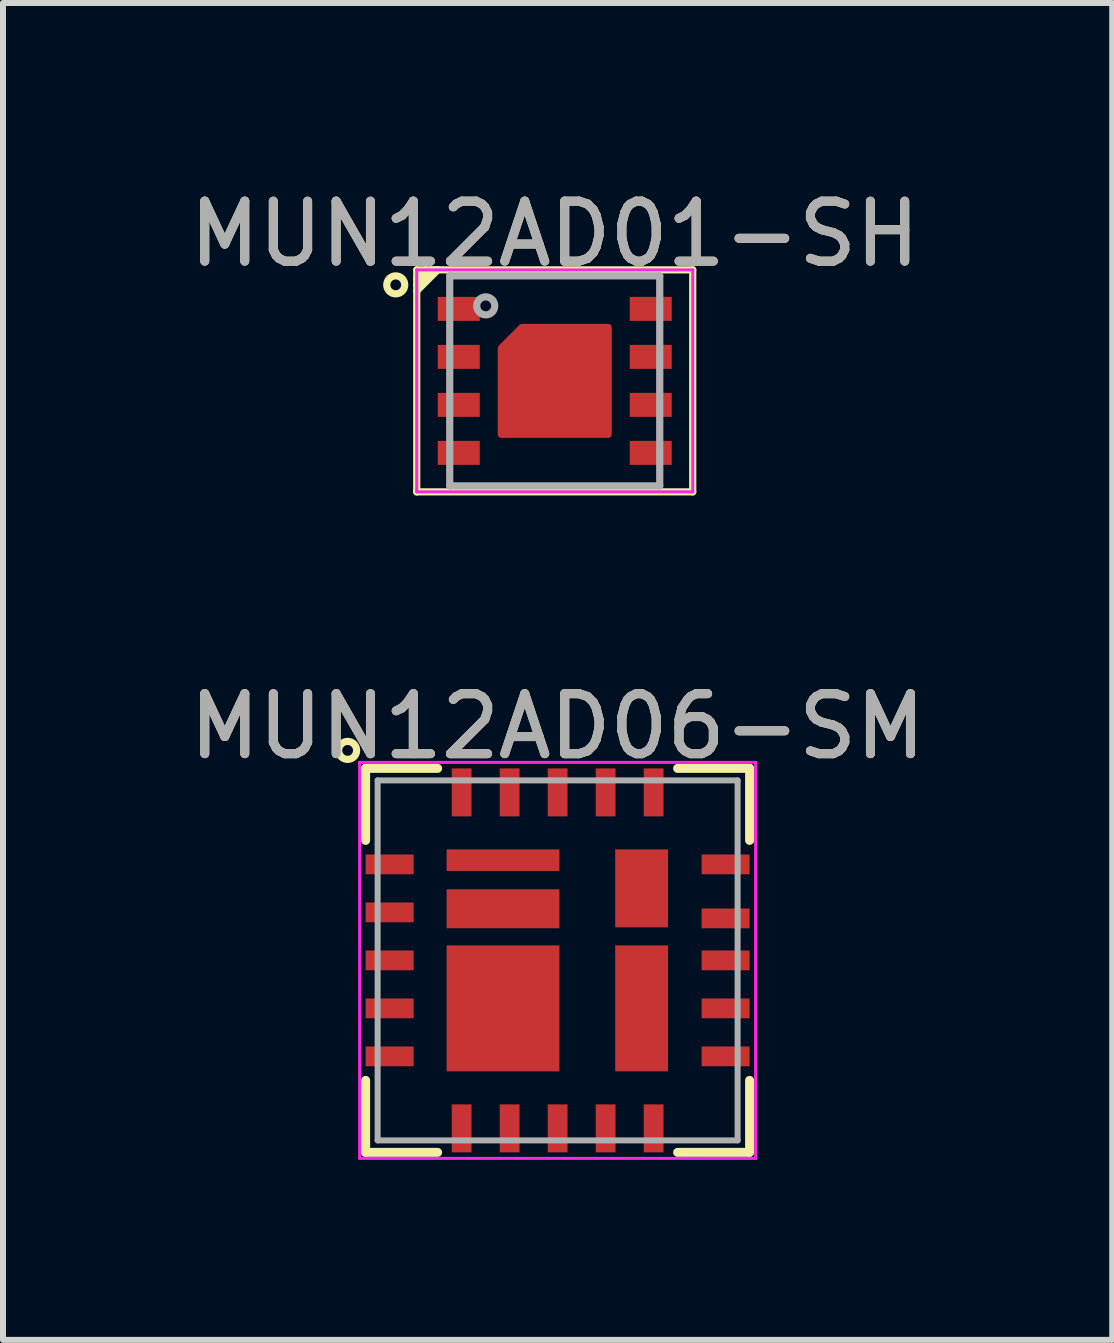
<source format=kicad_pcb>
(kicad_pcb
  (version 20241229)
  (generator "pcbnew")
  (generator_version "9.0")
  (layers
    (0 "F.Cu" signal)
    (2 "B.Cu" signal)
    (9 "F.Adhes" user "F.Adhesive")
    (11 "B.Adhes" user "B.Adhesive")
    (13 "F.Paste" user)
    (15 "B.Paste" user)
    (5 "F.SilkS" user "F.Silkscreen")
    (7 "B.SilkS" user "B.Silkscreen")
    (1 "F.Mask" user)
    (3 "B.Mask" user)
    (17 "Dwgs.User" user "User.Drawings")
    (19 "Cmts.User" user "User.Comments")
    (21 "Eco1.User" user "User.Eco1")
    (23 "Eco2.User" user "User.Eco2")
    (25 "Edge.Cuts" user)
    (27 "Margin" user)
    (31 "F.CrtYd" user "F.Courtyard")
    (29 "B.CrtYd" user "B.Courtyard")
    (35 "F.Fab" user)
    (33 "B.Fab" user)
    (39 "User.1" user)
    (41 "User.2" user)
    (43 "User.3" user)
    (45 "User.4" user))
  (footprint "MUN12AD01-SH"
    (layer "F.Cu")
    (at 6.196 3.298)
    (property "Reference" "MUN12AD01-SH" (at 0 -2.45 0) (layer "F.SilkS") (effects (font (size 1 1) (thickness 0.15))))
    (attr smd)
    (fp_line (start -2.3 -1.85) (end 2.3 -1.85) (stroke (width 0.12) (type solid)) (layer "F.SilkS"))
    (fp_line (start -2.3 -1.6) (end -2.05 -1.85) (stroke (width 0.12) (type solid)) (layer "F.SilkS"))
    (fp_line (start -2.3 1.85) (end -2.3 -1.85) (stroke (width 0.12) (type solid)) (layer "F.SilkS"))
    (fp_line (start -2.15 -1.85) (end -2.3 -1.7) (stroke (width 0.12) (type solid)) (layer "F.SilkS"))
    (fp_line (start -2.05 -1.85) (end -1.95 -1.85) (stroke (width 0.12) (type solid)) (layer "F.SilkS"))
    (fp_line (start -1.95 -1.85) (end -2.3 -1.5) (stroke (width 0.12) (type solid)) (layer "F.SilkS"))
    (fp_line (start 2.3 -1.85) (end 2.3 1.85) (stroke (width 0.12) (type solid)) (layer "F.SilkS"))
    (fp_line (start 2.3 1.85) (end -2.3 1.85) (stroke (width 0.12) (type solid)) (layer "F.SilkS"))
    (fp_circle (center -2.65 -1.6) (end -2.65 -1.75) (stroke (width 0.12) (type solid)) (fill no) (layer "F.SilkS"))
    (fp_poly (pts (xy -0.2 0.2) (xy -0.85 0.2) (xy -0.85 0.85) (xy -0.2 0.85)) (stroke (width 0.1) (type solid)) (fill yes) (layer "F.Paste"))
    (fp_poly (pts (xy 0.2 -0.2) (xy 0.85 -0.2) (xy 0.85 -0.85) (xy 0.2 -0.85)) (stroke (width 0.1) (type solid)) (fill yes) (layer "F.Paste"))
    (fp_poly (pts (xy 0.2 0.2) (xy 0.85 0.2) (xy 0.85 0.85) (xy 0.2 0.85)) (stroke (width 0.1) (type solid)) (fill yes) (layer "F.Paste"))
    (fp_poly (pts (xy -0.2 -0.85) (xy -0.2 -0.2) (xy -0.85 -0.2) (xy -0.85 -0.5) (xy -0.5 -0.85)) (stroke (width 0.1) (type solid)) (fill yes) (layer "F.Paste"))
    (fp_line (start -2.3 -1.85) (end 2.3 -1.85) (stroke (width 0.05) (type solid)) (layer "F.CrtYd"))
    (fp_line (start -2.3 1.85) (end -2.3 -1.85) (stroke (width 0.05) (type solid)) (layer "F.CrtYd"))
    (fp_line (start 2.3 -1.85) (end 2.3 1.85) (stroke (width 0.05) (type solid)) (layer "F.CrtYd"))
    (fp_line (start 2.3 1.85) (end -2.3 1.85) (stroke (width 0.05) (type solid)) (layer "F.CrtYd"))
    (fp_line (start -1.75 -1.75) (end -1.75 1.75) (stroke (width 0.12) (type solid)) (layer "F.Fab"))
    (fp_line (start -1.75 1.75) (end 1.75 1.75) (stroke (width 0.12) (type solid)) (layer "F.Fab"))
    (fp_line (start 1.75 -1.75) (end -1.75 -1.75) (stroke (width 0.12) (type solid)) (layer "F.Fab"))
    (fp_line (start 1.75 1.75) (end 1.75 -1.75) (stroke (width 0.12) (type solid)) (layer "F.Fab"))
    (fp_circle (center -1.15 -1.25) (end -1.15 -1.4) (stroke (width 0.12) (type solid)) (fill no) (layer "F.Fab"))
    (fp_text user "${REFERENCE}" (at 0 -2.45 0) (layer "F.Fab") (effects (font (size 1 1) (thickness 0.15))))
    (pad "1" smd rect (at -1.6 -1.2) (size 0.7 0.4) (layers "F.Cu" "F.Mask" "F.Paste"))
    (pad "2" smd rect (at -1.6 -0.4) (size 0.7 0.4) (layers "F.Cu" "F.Mask" "F.Paste"))
    (pad "3" smd rect (at -1.6 0.4) (size 0.7 0.4) (layers "F.Cu" "F.Mask" "F.Paste"))
    (pad "4" smd rect (at -1.6 1.2) (size 0.7 0.4) (layers "F.Cu" "F.Mask" "F.Paste"))
    (pad "5" smd rect (at 1.6 1.2) (size 0.7 0.4) (layers "F.Cu" "F.Mask" "F.Paste"))
    (pad "6" smd rect (at 1.6 0.4) (size 0.7 0.4) (layers "F.Cu" "F.Mask" "F.Paste"))
    (pad "7" smd rect (at 1.6 -0.4) (size 0.7 0.4) (layers "F.Cu" "F.Mask" "F.Paste"))
    (pad "8" smd rect (at 1.6 -1.2) (size 0.7 0.4) (layers "F.Cu" "F.Mask" "F.Paste"))
    (pad "9" smd custom (at 0 0) (size 0.75 0.75) (layers "F.Cu" "F.Mask") (options (anchor rect)) (primitives (gr_poly (pts (xy -0.9 0.9) (xy 0.9 0.9) (xy 0.9 -0.9) (xy -0.55 -0.9) (xy -0.9 -0.55)) (width 0.1) (fill yes)))))
  (footprint "MUN12AD06-SM"
    (layer "F.Cu")
    (at 6.244 12.957)
    (property "Reference" "MUN12AD06-SM" (at 0 -3.9 0) (layer "F.SilkS") (effects (font (size 1 1) (thickness 0.15))))
    (attr smd)
    (fp_line (start -3.2 -3.2) (end -3.2 -2) (stroke (width 0.15) (type solid)) (layer "F.SilkS"))
    (fp_line (start -3.2 2) (end -3.2 3.2) (stroke (width 0.15) (type solid)) (layer "F.SilkS"))
    (fp_line (start -3.2 3.2) (end -2 3.2) (stroke (width 0.15) (type solid)) (layer "F.SilkS"))
    (fp_line (start -2 -3.2) (end -3.2 -3.2) (stroke (width 0.15) (type solid)) (layer "F.SilkS"))
    (fp_line (start 2 -3.2) (end 3.2 -3.2) (stroke (width 0.15) (type solid)) (layer "F.SilkS"))
    (fp_line (start 2 3.2) (end 3.2 3.2) (stroke (width 0.15) (type solid)) (layer "F.SilkS"))
    (fp_line (start 3.2 -3.2) (end 3.2 -2) (stroke (width 0.15) (type solid)) (layer "F.SilkS"))
    (fp_line (start 3.2 3.2) (end 3.2 2) (stroke (width 0.15) (type solid)) (layer "F.SilkS"))
    (fp_circle (center -3.5 -3.5) (end -3.5 -3.65) (stroke (width 0.12) (type solid)) (fill no) (layer "F.SilkS"))
    (fp_poly (pts (xy -1.01 -1.53) (xy -1.76 -1.53) (xy -1.76 -1.81) (xy -1.01 -1.81)) (stroke (width 0) (type solid)) (fill yes) (layer "F.Paste"))
    (fp_poly (pts (xy -1.01 -0.58) (xy -1.76 -0.58) (xy -1.76 -1.14) (xy -1.01 -1.14)) (stroke (width 0) (type solid)) (fill yes) (layer "F.Paste"))
    (fp_poly (pts (xy -1.01 0.7) (xy -1.76 0.7) (xy -1.76 -0.16) (xy -1.01 -0.16)) (stroke (width 0) (type solid)) (fill yes) (layer "F.Paste"))
    (fp_poly (pts (xy -1.01 1.76) (xy -1.76 1.76) (xy -1.76 0.9) (xy -1.01 0.9)) (stroke (width 0) (type solid)) (fill yes) (layer "F.Paste"))
    (fp_poly (pts (xy -0.06 -1.53) (xy -0.81 -1.53) (xy -0.81 -1.81) (xy -0.06 -1.81)) (stroke (width 0) (type solid)) (fill yes) (layer "F.Paste"))
    (fp_poly (pts (xy -0.06 -0.58) (xy -0.81 -0.58) (xy -0.81 -1.14) (xy -0.06 -1.14)) (stroke (width 0) (type solid)) (fill yes) (layer "F.Paste"))
    (fp_poly (pts (xy -0.06 0.7) (xy -0.81 0.7) (xy -0.81 -0.16) (xy -0.06 -0.16)) (stroke (width 0) (type solid)) (fill yes) (layer "F.Paste"))
    (fp_poly (pts (xy -0.06 1.76) (xy -0.81 1.76) (xy -0.81 0.9) (xy -0.06 0.9)) (stroke (width 0) (type solid)) (fill yes) (layer "F.Paste"))
    (fp_poly (pts (xy 1.81 -1.28) (xy 0.99 -1.28) (xy 0.99 -1.74) (xy 1.81 -1.74)) (stroke (width 0) (type solid)) (fill yes) (layer "F.Paste"))
    (fp_poly (pts (xy 1.81 -0.66) (xy 0.99 -0.66) (xy 0.99 -1.12) (xy 1.81 -1.12)) (stroke (width 0) (type solid)) (fill yes) (layer "F.Paste"))
    (fp_poly (pts (xy 1.81 0.72) (xy 0.99 0.72) (xy 0.99 -0.14) (xy 1.81 -0.14)) (stroke (width 0) (type solid)) (fill yes) (layer "F.Paste"))
    (fp_poly (pts (xy 1.81 1.74) (xy 0.99 1.74) (xy 0.99 0.88) (xy 1.81 0.88)) (stroke (width 0) (type solid)) (fill yes) (layer "F.Paste"))
    (fp_line (start -3.3 -3.3) (end 3.3 -3.3) (stroke (width 0.05) (type solid)) (layer "F.CrtYd"))
    (fp_line (start -3.3 3.3) (end -3.3 -3.3) (stroke (width 0.05) (type solid)) (layer "F.CrtYd"))
    (fp_line (start 3.3 -3.3) (end 3.3 3.3) (stroke (width 0.05) (type solid)) (layer "F.CrtYd"))
    (fp_line (start 3.3 3.3) (end -3.3 3.3) (stroke (width 0.05) (type solid)) (layer "F.CrtYd"))
    (fp_line (start -3 -3) (end 3 -3) (stroke (width 0.1) (type solid)) (layer "F.Fab"))
    (fp_line (start -3 3) (end -3 -3) (stroke (width 0.1) (type solid)) (layer "F.Fab"))
    (fp_line (start 3 -3) (end 3 3) (stroke (width 0.1) (type solid)) (layer "F.Fab"))
    (fp_line (start 3 3) (end -3 3) (stroke (width 0.1) (type solid)) (layer "F.Fab"))
    (fp_text user "${REFERENCE}" (at 0 -3.9 0) (layer "F.Fab") (effects (font (size 1 1) (thickness 0.15))))
    (pad "1" smd rect (at -2.8 -1.6) (size 0.8 0.33) (layers "F.Cu" "F.Mask" "F.Paste"))
    (pad "2" smd rect (at -2.8 -0.8) (size 0.8 0.33) (layers "F.Cu" "F.Mask" "F.Paste"))
    (pad "3" smd rect (at -2.8 0) (size 0.8 0.33) (layers "F.Cu" "F.Mask" "F.Paste"))
    (pad "4" smd rect (at -2.8 0.8) (size 0.8 0.33) (layers "F.Cu" "F.Mask" "F.Paste"))
    (pad "5" smd rect (at -2.8 1.6) (size 0.8 0.33) (layers "F.Cu" "F.Mask" "F.Paste"))
    (pad "6" smd rect (at -1.6 2.8 90) (size 0.8 0.33) (layers "F.Cu" "F.Mask" "F.Paste"))
    (pad "7" smd rect (at -0.8 2.8 90) (size 0.8 0.33) (layers "F.Cu" "F.Mask" "F.Paste"))
    (pad "8" smd rect (at 0 2.8 90) (size 0.8 0.33) (layers "F.Cu" "F.Mask" "F.Paste"))
    (pad "9" smd rect (at 0.8 2.8 90) (size 0.8 0.33) (layers "F.Cu" "F.Mask" "F.Paste"))
    (pad "10" smd rect (at 1.6 2.8 90) (size 0.8 0.33) (layers "F.Cu" "F.Mask" "F.Paste"))
    (pad "11" smd rect (at 2.8 1.6 180) (size 0.8 0.33) (layers "F.Cu" "F.Mask" "F.Paste"))
    (pad "12" smd rect (at 2.8 0.8 180) (size 0.8 0.33) (layers "F.Cu" "F.Mask" "F.Paste"))
    (pad "13" smd rect (at 2.8 0 180) (size 0.8 0.33) (layers "F.Cu" "F.Mask" "F.Paste"))
    (pad "14" smd rect (at 2.8 -0.7 180) (size 0.8 0.33) (layers "F.Cu" "F.Mask" "F.Paste"))
    (pad "15" smd rect (at 2.8 -1.6 180) (size 0.8 0.33) (layers "F.Cu" "F.Mask" "F.Paste"))
    (pad "16" smd rect (at 1.6 -2.8 270) (size 0.8 0.33) (layers "F.Cu" "F.Mask" "F.Paste"))
    (pad "17" smd rect (at 0.8 -2.8 270) (size 0.8 0.33) (layers "F.Cu" "F.Mask" "F.Paste"))
    (pad "18" smd rect (at 0 -2.8 270) (size 0.8 0.33) (layers "F.Cu" "F.Mask" "F.Paste"))
    (pad "19" smd rect (at -0.8 -2.8 270) (size 0.8 0.33) (layers "F.Cu" "F.Mask" "F.Paste"))
    (pad "20" smd rect (at -1.6 -2.8 270) (size 0.8 0.33) (layers "F.Cu" "F.Mask" "F.Paste"))
    (pad "21" smd rect (at -0.91 -1.67) (size 1.88 0.36) (layers "F.Cu" "F.Mask"))
    (pad "22" smd rect (at -0.91 -0.86) (size 1.88 0.65) (layers "F.Cu" "F.Mask"))
    (pad "23" smd rect (at -0.91 0.8) (size 1.88 2.1) (layers "F.Cu" "F.Mask"))
    (pad "24" smd rect (at 1.4 0.8) (size 0.88 2.1) (layers "F.Cu" "F.Mask"))
    (pad "25" smd rect (at 1.4 -1.2) (size 0.88 1.3) (layers "F.Cu" "F.Mask")))
  (gr_rect
    (start -3 -3)
    (end 15.488 19.282)
    (stroke (width 0.1) (type default))
    (fill no)
    (layer "Edge.Cuts")))
</source>
